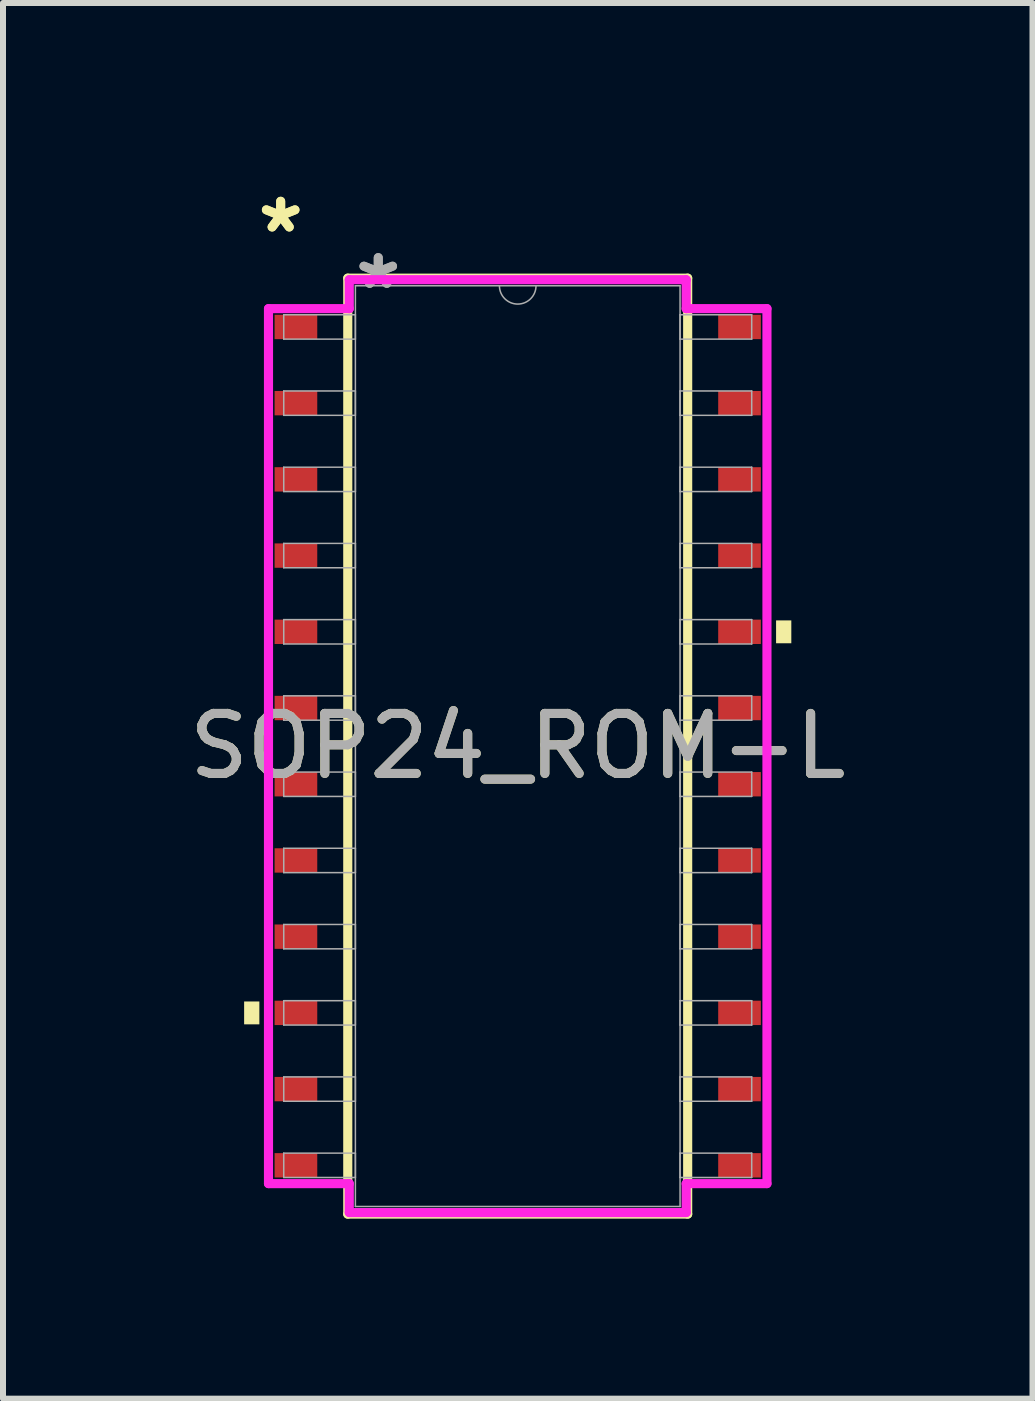
<source format=kicad_pcb>
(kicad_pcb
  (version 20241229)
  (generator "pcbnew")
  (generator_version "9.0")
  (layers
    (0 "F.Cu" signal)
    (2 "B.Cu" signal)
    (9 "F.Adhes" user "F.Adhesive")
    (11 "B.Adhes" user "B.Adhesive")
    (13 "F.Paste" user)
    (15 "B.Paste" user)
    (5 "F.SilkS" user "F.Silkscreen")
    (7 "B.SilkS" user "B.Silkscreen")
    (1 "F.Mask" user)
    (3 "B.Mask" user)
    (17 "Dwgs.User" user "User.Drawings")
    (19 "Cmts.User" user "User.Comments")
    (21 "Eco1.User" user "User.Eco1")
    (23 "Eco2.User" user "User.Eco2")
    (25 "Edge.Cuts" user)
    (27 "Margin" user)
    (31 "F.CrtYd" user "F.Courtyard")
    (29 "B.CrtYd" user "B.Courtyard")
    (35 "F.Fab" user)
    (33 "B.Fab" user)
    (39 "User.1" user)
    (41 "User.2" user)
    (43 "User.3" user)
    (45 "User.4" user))
  (footprint "SOP24_ROM-L"
    (layer "F.Cu")
    (at 5.577 9.383)
    (property "Reference" "SOP24_ROM-L" (at 0 0 0) (unlocked yes) (layer "F.SilkS") (effects (font (size 1 1) (thickness 0.15))))
    (attr smd)
    (fp_line (start -2.832 -7.798) (end -2.832 7.798) (stroke (width 0.152) (type solid)) (layer "F.SilkS"))
    (fp_line (start -2.832 7.798) (end 2.832 7.798) (stroke (width 0.152) (type solid)) (layer "F.SilkS"))
    (fp_line (start 2.832 -7.798) (end -2.832 -7.798) (stroke (width 0.152) (type solid)) (layer "F.SilkS"))
    (fp_line (start 2.832 7.798) (end 2.832 -7.798) (stroke (width 0.152) (type solid)) (layer "F.SilkS"))
    (fp_poly (pts (xy -4.559 4.255) (xy -4.559 4.636) (xy -4.305 4.636) (xy -4.305 4.255)) (stroke (width 0) (type solid)) (fill yes) (layer "F.SilkS"))
    (fp_poly (pts (xy 4.559 -2.095) (xy 4.559 -1.714) (xy 4.305 -1.714) (xy 4.305 -2.095)) (stroke (width 0) (type solid)) (fill yes) (layer "F.SilkS"))
    (fp_line (start -4.153 -7.29) (end -2.807 -7.29) (stroke (width 0.152) (type solid)) (layer "F.CrtYd"))
    (fp_line (start -4.153 7.29) (end -4.153 -7.29) (stroke (width 0.152) (type solid)) (layer "F.CrtYd"))
    (fp_line (start -4.153 7.29) (end -2.807 7.29) (stroke (width 0.152) (type solid)) (layer "F.CrtYd"))
    (fp_line (start -2.807 -7.772) (end 2.807 -7.772) (stroke (width 0.152) (type solid)) (layer "F.CrtYd"))
    (fp_line (start -2.807 -7.29) (end -2.807 -7.772) (stroke (width 0.152) (type solid)) (layer "F.CrtYd"))
    (fp_line (start -2.807 7.772) (end -2.807 7.29) (stroke (width 0.152) (type solid)) (layer "F.CrtYd"))
    (fp_line (start 2.807 -7.772) (end 2.807 -7.29) (stroke (width 0.152) (type solid)) (layer "F.CrtYd"))
    (fp_line (start 2.807 7.29) (end 2.807 7.772) (stroke (width 0.152) (type solid)) (layer "F.CrtYd"))
    (fp_line (start 2.807 7.772) (end -2.807 7.772) (stroke (width 0.152) (type solid)) (layer "F.CrtYd"))
    (fp_line (start 4.153 -7.29) (end 2.807 -7.29) (stroke (width 0.152) (type solid)) (layer "F.CrtYd"))
    (fp_line (start 4.153 -7.29) (end 4.153 7.29) (stroke (width 0.152) (type solid)) (layer "F.CrtYd"))
    (fp_line (start 4.153 7.29) (end 2.807 7.29) (stroke (width 0.152) (type solid)) (layer "F.CrtYd"))
    (fp_line (start -3.899 -7.188) (end -3.899 -6.782) (stroke (width 0.025) (type solid)) (layer "F.Fab"))
    (fp_line (start -3.899 -6.782) (end -2.705 -6.782) (stroke (width 0.025) (type solid)) (layer "F.Fab"))
    (fp_line (start -3.899 -5.918) (end -3.899 -5.512) (stroke (width 0.025) (type solid)) (layer "F.Fab"))
    (fp_line (start -3.899 -5.512) (end -2.705 -5.512) (stroke (width 0.025) (type solid)) (layer "F.Fab"))
    (fp_line (start -3.899 -4.648) (end -3.899 -4.242) (stroke (width 0.025) (type solid)) (layer "F.Fab"))
    (fp_line (start -3.899 -4.242) (end -2.705 -4.242) (stroke (width 0.025) (type solid)) (layer "F.Fab"))
    (fp_line (start -3.899 -3.378) (end -3.899 -2.972) (stroke (width 0.025) (type solid)) (layer "F.Fab"))
    (fp_line (start -3.899 -2.972) (end -2.705 -2.972) (stroke (width 0.025) (type solid)) (layer "F.Fab"))
    (fp_line (start -3.899 -2.108) (end -3.899 -1.702) (stroke (width 0.025) (type solid)) (layer "F.Fab"))
    (fp_line (start -3.899 -1.702) (end -2.705 -1.702) (stroke (width 0.025) (type solid)) (layer "F.Fab"))
    (fp_line (start -3.899 -0.838) (end -3.899 -0.432) (stroke (width 0.025) (type solid)) (layer "F.Fab"))
    (fp_line (start -3.899 -0.432) (end -2.705 -0.432) (stroke (width 0.025) (type solid)) (layer "F.Fab"))
    (fp_line (start -3.899 0.432) (end -3.899 0.838) (stroke (width 0.025) (type solid)) (layer "F.Fab"))
    (fp_line (start -3.899 0.838) (end -2.705 0.838) (stroke (width 0.025) (type solid)) (layer "F.Fab"))
    (fp_line (start -3.899 1.702) (end -3.899 2.108) (stroke (width 0.025) (type solid)) (layer "F.Fab"))
    (fp_line (start -3.899 2.108) (end -2.705 2.108) (stroke (width 0.025) (type solid)) (layer "F.Fab"))
    (fp_line (start -3.899 2.972) (end -3.899 3.378) (stroke (width 0.025) (type solid)) (layer "F.Fab"))
    (fp_line (start -3.899 3.378) (end -2.705 3.378) (stroke (width 0.025) (type solid)) (layer "F.Fab"))
    (fp_line (start -3.899 4.242) (end -3.899 4.648) (stroke (width 0.025) (type solid)) (layer "F.Fab"))
    (fp_line (start -3.899 4.648) (end -2.705 4.648) (stroke (width 0.025) (type solid)) (layer "F.Fab"))
    (fp_line (start -3.899 5.512) (end -3.899 5.918) (stroke (width 0.025) (type solid)) (layer "F.Fab"))
    (fp_line (start -3.899 5.918) (end -2.705 5.918) (stroke (width 0.025) (type solid)) (layer "F.Fab"))
    (fp_line (start -3.899 6.782) (end -3.899 7.188) (stroke (width 0.025) (type solid)) (layer "F.Fab"))
    (fp_line (start -3.899 7.188) (end -2.705 7.188) (stroke (width 0.025) (type solid)) (layer "F.Fab"))
    (fp_line (start -2.705 -7.671) (end -2.705 7.671) (stroke (width 0.025) (type solid)) (layer "F.Fab"))
    (fp_line (start -2.705 -7.188) (end -3.899 -7.188) (stroke (width 0.025) (type solid)) (layer "F.Fab"))
    (fp_line (start -2.705 -6.782) (end -2.705 -7.188) (stroke (width 0.025) (type solid)) (layer "F.Fab"))
    (fp_line (start -2.705 -5.918) (end -3.899 -5.918) (stroke (width 0.025) (type solid)) (layer "F.Fab"))
    (fp_line (start -2.705 -5.512) (end -2.705 -5.918) (stroke (width 0.025) (type solid)) (layer "F.Fab"))
    (fp_line (start -2.705 -4.648) (end -3.899 -4.648) (stroke (width 0.025) (type solid)) (layer "F.Fab"))
    (fp_line (start -2.705 -4.242) (end -2.705 -4.648) (stroke (width 0.025) (type solid)) (layer "F.Fab"))
    (fp_line (start -2.705 -3.378) (end -3.899 -3.378) (stroke (width 0.025) (type solid)) (layer "F.Fab"))
    (fp_line (start -2.705 -2.972) (end -2.705 -3.378) (stroke (width 0.025) (type solid)) (layer "F.Fab"))
    (fp_line (start -2.705 -2.108) (end -3.899 -2.108) (stroke (width 0.025) (type solid)) (layer "F.Fab"))
    (fp_line (start -2.705 -1.702) (end -2.705 -2.108) (stroke (width 0.025) (type solid)) (layer "F.Fab"))
    (fp_line (start -2.705 -0.838) (end -3.899 -0.838) (stroke (width 0.025) (type solid)) (layer "F.Fab"))
    (fp_line (start -2.705 -0.432) (end -2.705 -0.838) (stroke (width 0.025) (type solid)) (layer "F.Fab"))
    (fp_line (start -2.705 0.432) (end -3.899 0.432) (stroke (width 0.025) (type solid)) (layer "F.Fab"))
    (fp_line (start -2.705 0.838) (end -2.705 0.432) (stroke (width 0.025) (type solid)) (layer "F.Fab"))
    (fp_line (start -2.705 1.702) (end -3.899 1.702) (stroke (width 0.025) (type solid)) (layer "F.Fab"))
    (fp_line (start -2.705 2.108) (end -2.705 1.702) (stroke (width 0.025) (type solid)) (layer "F.Fab"))
    (fp_line (start -2.705 2.972) (end -3.899 2.972) (stroke (width 0.025) (type solid)) (layer "F.Fab"))
    (fp_line (start -2.705 3.378) (end -2.705 2.972) (stroke (width 0.025) (type solid)) (layer "F.Fab"))
    (fp_line (start -2.705 4.242) (end -3.899 4.242) (stroke (width 0.025) (type solid)) (layer "F.Fab"))
    (fp_line (start -2.705 4.648) (end -2.705 4.242) (stroke (width 0.025) (type solid)) (layer "F.Fab"))
    (fp_line (start -2.705 5.512) (end -3.899 5.512) (stroke (width 0.025) (type solid)) (layer "F.Fab"))
    (fp_line (start -2.705 5.918) (end -2.705 5.512) (stroke (width 0.025) (type solid)) (layer "F.Fab"))
    (fp_line (start -2.705 6.782) (end -3.899 6.782) (stroke (width 0.025) (type solid)) (layer "F.Fab"))
    (fp_line (start -2.705 7.188) (end -2.705 6.782) (stroke (width 0.025) (type solid)) (layer "F.Fab"))
    (fp_line (start -2.705 7.671) (end 2.705 7.671) (stroke (width 0.025) (type solid)) (layer "F.Fab"))
    (fp_line (start 2.705 -7.671) (end -2.705 -7.671) (stroke (width 0.025) (type solid)) (layer "F.Fab"))
    (fp_line (start 2.705 -7.188) (end 2.705 -6.782) (stroke (width 0.025) (type solid)) (layer "F.Fab"))
    (fp_line (start 2.705 -6.782) (end 3.899 -6.782) (stroke (width 0.025) (type solid)) (layer "F.Fab"))
    (fp_line (start 2.705 -5.918) (end 2.705 -5.512) (stroke (width 0.025) (type solid)) (layer "F.Fab"))
    (fp_line (start 2.705 -5.512) (end 3.899 -5.512) (stroke (width 0.025) (type solid)) (layer "F.Fab"))
    (fp_line (start 2.705 -4.648) (end 2.705 -4.242) (stroke (width 0.025) (type solid)) (layer "F.Fab"))
    (fp_line (start 2.705 -4.242) (end 3.899 -4.242) (stroke (width 0.025) (type solid)) (layer "F.Fab"))
    (fp_line (start 2.705 -3.378) (end 2.705 -2.972) (stroke (width 0.025) (type solid)) (layer "F.Fab"))
    (fp_line (start 2.705 -2.972) (end 3.899 -2.972) (stroke (width 0.025) (type solid)) (layer "F.Fab"))
    (fp_line (start 2.705 -2.108) (end 2.705 -1.702) (stroke (width 0.025) (type solid)) (layer "F.Fab"))
    (fp_line (start 2.705 -1.702) (end 3.899 -1.702) (stroke (width 0.025) (type solid)) (layer "F.Fab"))
    (fp_line (start 2.705 -0.838) (end 2.705 -0.432) (stroke (width 0.025) (type solid)) (layer "F.Fab"))
    (fp_line (start 2.705 -0.432) (end 3.899 -0.432) (stroke (width 0.025) (type solid)) (layer "F.Fab"))
    (fp_line (start 2.705 0.432) (end 2.705 0.838) (stroke (width 0.025) (type solid)) (layer "F.Fab"))
    (fp_line (start 2.705 0.838) (end 3.899 0.838) (stroke (width 0.025) (type solid)) (layer "F.Fab"))
    (fp_line (start 2.705 1.702) (end 2.705 2.108) (stroke (width 0.025) (type solid)) (layer "F.Fab"))
    (fp_line (start 2.705 2.108) (end 3.899 2.108) (stroke (width 0.025) (type solid)) (layer "F.Fab"))
    (fp_line (start 2.705 2.972) (end 2.705 3.378) (stroke (width 0.025) (type solid)) (layer "F.Fab"))
    (fp_line (start 2.705 3.378) (end 3.899 3.378) (stroke (width 0.025) (type solid)) (layer "F.Fab"))
    (fp_line (start 2.705 4.242) (end 2.705 4.648) (stroke (width 0.025) (type solid)) (layer "F.Fab"))
    (fp_line (start 2.705 4.648) (end 3.899 4.648) (stroke (width 0.025) (type solid)) (layer "F.Fab"))
    (fp_line (start 2.705 5.512) (end 2.705 5.918) (stroke (width 0.025) (type solid)) (layer "F.Fab"))
    (fp_line (start 2.705 5.918) (end 3.899 5.918) (stroke (width 0.025) (type solid)) (layer "F.Fab"))
    (fp_line (start 2.705 6.782) (end 2.705 7.188) (stroke (width 0.025) (type solid)) (layer "F.Fab"))
    (fp_line (start 2.705 7.188) (end 3.899 7.188) (stroke (width 0.025) (type solid)) (layer "F.Fab"))
    (fp_line (start 2.705 7.671) (end 2.705 -7.671) (stroke (width 0.025) (type solid)) (layer "F.Fab"))
    (fp_line (start 3.899 -7.188) (end 2.705 -7.188) (stroke (width 0.025) (type solid)) (layer "F.Fab"))
    (fp_line (start 3.899 -6.782) (end 3.899 -7.188) (stroke (width 0.025) (type solid)) (layer "F.Fab"))
    (fp_line (start 3.899 -5.918) (end 2.705 -5.918) (stroke (width 0.025) (type solid)) (layer "F.Fab"))
    (fp_line (start 3.899 -5.512) (end 3.899 -5.918) (stroke (width 0.025) (type solid)) (layer "F.Fab"))
    (fp_line (start 3.899 -4.648) (end 2.705 -4.648) (stroke (width 0.025) (type solid)) (layer "F.Fab"))
    (fp_line (start 3.899 -4.242) (end 3.899 -4.648) (stroke (width 0.025) (type solid)) (layer "F.Fab"))
    (fp_line (start 3.899 -3.378) (end 2.705 -3.378) (stroke (width 0.025) (type solid)) (layer "F.Fab"))
    (fp_line (start 3.899 -2.972) (end 3.899 -3.378) (stroke (width 0.025) (type solid)) (layer "F.Fab"))
    (fp_line (start 3.899 -2.108) (end 2.705 -2.108) (stroke (width 0.025) (type solid)) (layer "F.Fab"))
    (fp_line (start 3.899 -1.702) (end 3.899 -2.108) (stroke (width 0.025) (type solid)) (layer "F.Fab"))
    (fp_line (start 3.899 -0.838) (end 2.705 -0.838) (stroke (width 0.025) (type solid)) (layer "F.Fab"))
    (fp_line (start 3.899 -0.432) (end 3.899 -0.838) (stroke (width 0.025) (type solid)) (layer "F.Fab"))
    (fp_line (start 3.899 0.432) (end 2.705 0.432) (stroke (width 0.025) (type solid)) (layer "F.Fab"))
    (fp_line (start 3.899 0.838) (end 3.899 0.432) (stroke (width 0.025) (type solid)) (layer "F.Fab"))
    (fp_line (start 3.899 1.702) (end 2.705 1.702) (stroke (width 0.025) (type solid)) (layer "F.Fab"))
    (fp_line (start 3.899 2.108) (end 3.899 1.702) (stroke (width 0.025) (type solid)) (layer "F.Fab"))
    (fp_line (start 3.899 2.972) (end 2.705 2.972) (stroke (width 0.025) (type solid)) (layer "F.Fab"))
    (fp_line (start 3.899 3.378) (end 3.899 2.972) (stroke (width 0.025) (type solid)) (layer "F.Fab"))
    (fp_line (start 3.899 4.242) (end 2.705 4.242) (stroke (width 0.025) (type solid)) (layer "F.Fab"))
    (fp_line (start 3.899 4.648) (end 3.899 4.242) (stroke (width 0.025) (type solid)) (layer "F.Fab"))
    (fp_line (start 3.899 5.512) (end 2.705 5.512) (stroke (width 0.025) (type solid)) (layer "F.Fab"))
    (fp_line (start 3.899 5.918) (end 3.899 5.512) (stroke (width 0.025) (type solid)) (layer "F.Fab"))
    (fp_line (start 3.899 6.782) (end 2.705 6.782) (stroke (width 0.025) (type solid)) (layer "F.Fab"))
    (fp_line (start 3.899 7.188) (end 3.899 6.782) (stroke (width 0.025) (type solid)) (layer "F.Fab"))
    (fp_arc (start 0.3048 -7.6708) (mid 0 -7.366) (end -0.3048 -7.6708) (stroke (width 0.0254) (type solid)) (layer "F.Fab"))
    (fp_text user "*" (at -3.95 -8.534 0) (unlocked yes) (layer "F.SilkS") (effects (font (size 1 1) (thickness 0.15))))
    (fp_text user "*" (at -3.95 -8.534 0) (layer "F.SilkS") (effects (font (size 1 1) (thickness 0.15))))
    (fp_text user "*" (at -2.324 -7.595 0) (layer "F.Fab") (effects (font (size 1 1) (thickness 0.15))))
    (fp_text user "*" (at -2.324 -7.595 0) (unlocked yes) (layer "F.Fab") (effects (font (size 1 1) (thickness 0.15))))
    (fp_text user "${REFERENCE}" (at 0 0 0) (unlocked yes) (layer "F.Fab") (effects (font (size 1 1) (thickness 0.15))))
    (pad "1" smd rect (at -3.696 -6.985) (size 0.711 0.406) (layers "F.Cu" "F.Mask" "F.Paste"))
    (pad "2" smd rect (at -3.696 -5.715) (size 0.711 0.406) (layers "F.Cu" "F.Mask" "F.Paste"))
    (pad "3" smd rect (at -3.696 -4.445) (size 0.711 0.406) (layers "F.Cu" "F.Mask" "F.Paste"))
    (pad "4" smd rect (at -3.696 -3.175) (size 0.711 0.406) (layers "F.Cu" "F.Mask" "F.Paste"))
    (pad "5" smd rect (at -3.696 -1.905) (size 0.711 0.406) (layers "F.Cu" "F.Mask" "F.Paste"))
    (pad "6" smd rect (at -3.696 -0.635) (size 0.711 0.406) (layers "F.Cu" "F.Mask" "F.Paste"))
    (pad "7" smd rect (at -3.696 0.635) (size 0.711 0.406) (layers "F.Cu" "F.Mask" "F.Paste"))
    (pad "8" smd rect (at -3.696 1.905) (size 0.711 0.406) (layers "F.Cu" "F.Mask" "F.Paste"))
    (pad "9" smd rect (at -3.696 3.175) (size 0.711 0.406) (layers "F.Cu" "F.Mask" "F.Paste"))
    (pad "10" smd rect (at -3.696 4.445) (size 0.711 0.406) (layers "F.Cu" "F.Mask" "F.Paste"))
    (pad "11" smd rect (at -3.696 5.715) (size 0.711 0.406) (layers "F.Cu" "F.Mask" "F.Paste"))
    (pad "12" smd rect (at -3.696 6.985) (size 0.711 0.406) (layers "F.Cu" "F.Mask" "F.Paste"))
    (pad "13" smd rect (at 3.696 6.985) (size 0.711 0.406) (layers "F.Cu" "F.Mask" "F.Paste"))
    (pad "14" smd rect (at 3.696 5.715) (size 0.711 0.406) (layers "F.Cu" "F.Mask" "F.Paste"))
    (pad "15" smd rect (at 3.696 4.445) (size 0.711 0.406) (layers "F.Cu" "F.Mask" "F.Paste"))
    (pad "16" smd rect (at 3.696 3.175) (size 0.711 0.406) (layers "F.Cu" "F.Mask" "F.Paste"))
    (pad "17" smd rect (at 3.696 1.905) (size 0.711 0.406) (layers "F.Cu" "F.Mask" "F.Paste"))
    (pad "18" smd rect (at 3.696 0.635) (size 0.711 0.406) (layers "F.Cu" "F.Mask" "F.Paste"))
    (pad "19" smd rect (at 3.696 -0.635) (size 0.711 0.406) (layers "F.Cu" "F.Mask" "F.Paste"))
    (pad "20" smd rect (at 3.696 -1.905) (size 0.711 0.406) (layers "F.Cu" "F.Mask" "F.Paste"))
    (pad "21" smd rect (at 3.696 -3.175) (size 0.711 0.406) (layers "F.Cu" "F.Mask" "F.Paste"))
    (pad "22" smd rect (at 3.696 -4.445) (size 0.711 0.406) (layers "F.Cu" "F.Mask" "F.Paste"))
    (pad "23" smd rect (at 3.696 -5.715) (size 0.711 0.406) (layers "F.Cu" "F.Mask" "F.Paste"))
    (pad "24" smd rect (at 3.696 -6.985) (size 0.711 0.406) (layers "F.Cu" "F.Mask" "F.Paste")))
  (gr_rect
    (start -3 -3)
    (end 14.155 20.257)
    (stroke (width 0.1) (type default))
    (fill no)
    (layer "Edge.Cuts")))
</source>
